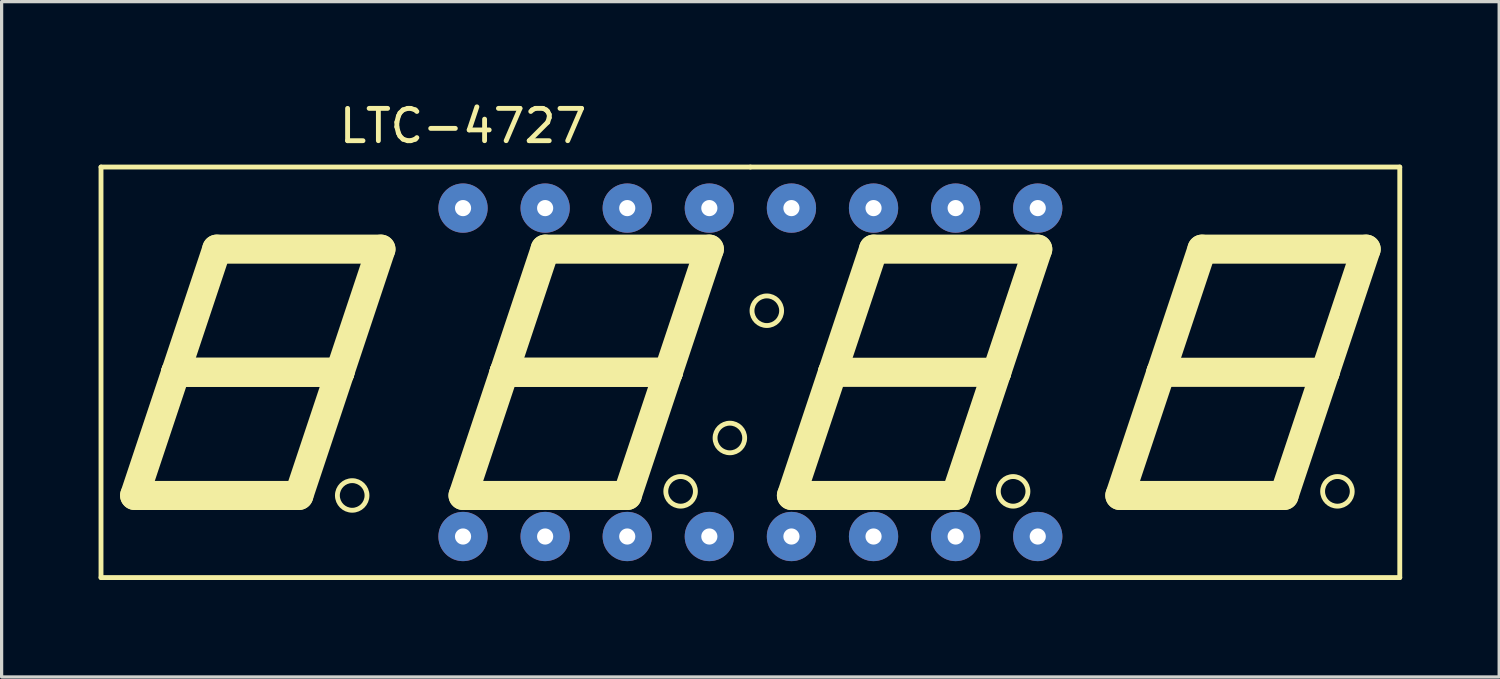
<source format=kicad_pcb>
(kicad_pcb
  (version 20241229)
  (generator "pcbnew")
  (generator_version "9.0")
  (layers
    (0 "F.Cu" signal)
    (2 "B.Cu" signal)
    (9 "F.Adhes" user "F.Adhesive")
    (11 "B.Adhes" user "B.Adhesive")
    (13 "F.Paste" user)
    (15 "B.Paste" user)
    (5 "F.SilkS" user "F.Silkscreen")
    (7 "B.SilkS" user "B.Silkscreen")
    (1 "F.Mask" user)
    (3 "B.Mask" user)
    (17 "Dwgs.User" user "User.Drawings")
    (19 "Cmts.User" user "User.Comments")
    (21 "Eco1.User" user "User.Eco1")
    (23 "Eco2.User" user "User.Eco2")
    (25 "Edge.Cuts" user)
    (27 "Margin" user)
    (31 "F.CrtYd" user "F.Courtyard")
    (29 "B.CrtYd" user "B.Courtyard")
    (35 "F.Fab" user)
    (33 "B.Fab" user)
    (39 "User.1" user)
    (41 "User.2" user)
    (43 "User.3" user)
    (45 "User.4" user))
  (footprint "LTC-4727"
    (layer "F.Cu")
    (at 20.165 8.468)
    (property "Reference" "LTC-4727" (at -8.89 -7.62 0) (layer "F.SilkS") (effects (font (size 1 1) (thickness 0.15))))
    (attr through_hole)
    (fp_line (start -20.09 -6.35) (end -20.09 6.35) (stroke (width 0.15) (type solid)) (layer "F.SilkS"))
    (fp_line (start -20.09 6.35) (end 20.09 6.35) (stroke (width 0.15) (type solid)) (layer "F.SilkS"))
    (fp_line (start -19.05 3.81) (end -17.78 0) (stroke (width 0.9) (type solid)) (layer "F.SilkS"))
    (fp_line (start -17.78 0) (end -16.51 -3.81) (stroke (width 0.9) (type solid)) (layer "F.SilkS"))
    (fp_line (start -17.78 0) (end -12.7 0) (stroke (width 0.9) (type solid)) (layer "F.SilkS"))
    (fp_line (start -16.51 -3.81) (end -11.43 -3.81) (stroke (width 0.9) (type solid)) (layer "F.SilkS"))
    (fp_line (start -13.97 3.81) (end -19.05 3.81) (stroke (width 0.9) (type solid)) (layer "F.SilkS"))
    (fp_line (start -12.7 0) (end -17.78 0) (stroke (width 0.9) (type solid)) (layer "F.SilkS"))
    (fp_line (start -12.7 0) (end -13.97 3.81) (stroke (width 0.9) (type solid)) (layer "F.SilkS"))
    (fp_line (start -11.43 -3.81) (end -12.7 0) (stroke (width 0.9) (type solid)) (layer "F.SilkS"))
    (fp_line (start -8.89 3.81) (end -3.81 3.81) (stroke (width 0.9) (type solid)) (layer "F.SilkS"))
    (fp_line (start -7.62 0) (end -8.89 3.81) (stroke (width 0.9) (type solid)) (layer "F.SilkS"))
    (fp_line (start -7.62 0) (end -2.54 0) (stroke (width 0.9) (type solid)) (layer "F.SilkS"))
    (fp_line (start -6.35 -3.81) (end -7.62 0) (stroke (width 0.9) (type solid)) (layer "F.SilkS"))
    (fp_line (start -6.35 -3.81) (end -1.27 -3.81) (stroke (width 0.9) (type solid)) (layer "F.SilkS"))
    (fp_line (start -3.81 3.81) (end -2.54 0) (stroke (width 0.9) (type solid)) (layer "F.SilkS"))
    (fp_line (start -2.54 0) (end -7.62 0) (stroke (width 0.9) (type solid)) (layer "F.SilkS"))
    (fp_line (start -2.54 0) (end -1.27 -3.81) (stroke (width 0.9) (type solid)) (layer "F.SilkS"))
    (fp_line (start 0 -6.35) (end -20.09 -6.35) (stroke (width 0.15) (type solid)) (layer "F.SilkS"))
    (fp_line (start 1.27 3.81) (end 2.54 0) (stroke (width 0.9) (type solid)) (layer "F.SilkS"))
    (fp_line (start 2.54 0) (end 3.81 -3.81) (stroke (width 0.9) (type solid)) (layer "F.SilkS"))
    (fp_line (start 2.54 0) (end 7.62 0) (stroke (width 0.9) (type solid)) (layer "F.SilkS"))
    (fp_line (start 3.81 -3.81) (end 8.89 -3.81) (stroke (width 0.9) (type solid)) (layer "F.SilkS"))
    (fp_line (start 6.35 3.81) (end 1.27 3.81) (stroke (width 0.9) (type solid)) (layer "F.SilkS"))
    (fp_line (start 7.62 0) (end 6.35 3.81) (stroke (width 0.9) (type solid)) (layer "F.SilkS"))
    (fp_line (start 8.89 -3.81) (end 7.62 0) (stroke (width 0.9) (type solid)) (layer "F.SilkS"))
    (fp_line (start 11.43 3.81) (end 12.7 0) (stroke (width 0.9) (type solid)) (layer "F.SilkS"))
    (fp_line (start 12.7 0) (end 13.97 -3.81) (stroke (width 0.9) (type solid)) (layer "F.SilkS"))
    (fp_line (start 12.7 0) (end 17.78 0) (stroke (width 0.9) (type solid)) (layer "F.SilkS"))
    (fp_line (start 13.97 -3.81) (end 19.05 -3.81) (stroke (width 0.9) (type solid)) (layer "F.SilkS"))
    (fp_line (start 16.51 3.81) (end 11.43 3.81) (stroke (width 0.9) (type solid)) (layer "F.SilkS"))
    (fp_line (start 17.78 0) (end 16.51 3.81) (stroke (width 0.9) (type solid)) (layer "F.SilkS"))
    (fp_line (start 19.05 -3.81) (end 17.78 0) (stroke (width 0.9) (type solid)) (layer "F.SilkS"))
    (fp_line (start 20.09 -6.35) (end 0 -6.35) (stroke (width 0.15) (type solid)) (layer "F.SilkS"))
    (fp_line (start 20.09 6.35) (end 20.09 -6.35) (stroke (width 0.15) (type solid)) (layer "F.SilkS"))
    (fp_circle (center -12.319 3.81) (end -12.065 4.191) (stroke (width 0.15) (type solid)) (fill no) (layer "F.SilkS"))
    (fp_circle (center -2.159 3.683) (end -1.905 4.064) (stroke (width 0.15) (type solid)) (fill no) (layer "F.SilkS"))
    (fp_circle (center -0.635 2.032) (end -0.254 2.286) (stroke (width 0.15) (type solid)) (fill no) (layer "F.SilkS"))
    (fp_circle (center 0.508 -1.905) (end 0.889 -1.651) (stroke (width 0.15) (type solid)) (fill no) (layer "F.SilkS"))
    (fp_circle (center 8.128 3.683) (end 8.382 4.064) (stroke (width 0.15) (type solid)) (fill no) (layer "F.SilkS"))
    (fp_circle (center 18.161 3.683) (end 18.415 4.064) (stroke (width 0.15) (type solid)) (fill no) (layer "F.SilkS"))
    (pad "1" thru_hole circle (at -8.89 5.08) (size 1.524 1.524) (drill 0.5) (layers "*.Cu" "*.Mask"))
    (pad "2" thru_hole circle (at -6.35 5.08) (size 1.524 1.524) (drill 0.5) (layers "*.Cu" "*.Mask"))
    (pad "3" thru_hole circle (at -3.81 5.08) (size 1.524 1.524) (drill 0.5) (layers "*.Cu" "*.Mask"))
    (pad "4" thru_hole circle (at -1.27 5.08) (size 1.524 1.524) (drill 0.5) (layers "*.Cu" "*.Mask"))
    (pad "5" thru_hole circle (at 1.27 5.08) (size 1.524 1.524) (drill 0.5) (layers "*.Cu" "*.Mask"))
    (pad "6" thru_hole circle (at 3.81 5.08) (size 1.524 1.524) (drill 0.5) (layers "*.Cu" "*.Mask"))
    (pad "7" thru_hole circle (at 6.35 5.08) (size 1.524 1.524) (drill 0.5) (layers "*.Cu" "*.Mask"))
    (pad "8" thru_hole circle (at 8.89 5.08) (size 1.524 1.524) (drill 0.5) (layers "*.Cu" "*.Mask"))
    (pad "9" thru_hole circle (at 8.89 -5.08) (size 1.524 1.524) (drill 0.5) (layers "*.Cu" "*.Mask"))
    (pad "10" thru_hole circle (at 6.35 -5.08) (size 1.524 1.524) (drill 0.5) (layers "*.Cu" "*.Mask"))
    (pad "11" thru_hole circle (at 3.81 -5.08) (size 1.524 1.524) (drill 0.5) (layers "*.Cu" "*.Mask"))
    (pad "12" thru_hole circle (at 1.27 -5.08) (size 1.524 1.524) (drill 0.5) (layers "*.Cu" "*.Mask"))
    (pad "13" thru_hole circle (at -1.27 -5.08) (size 1.524 1.524) (drill 0.5) (layers "*.Cu" "*.Mask"))
    (pad "14" thru_hole circle (at -3.81 -5.08) (size 1.524 1.524) (drill 0.5) (layers "*.Cu" "*.Mask"))
    (pad "15" thru_hole circle (at -6.35 -5.08) (size 1.524 1.524) (drill 0.5) (layers "*.Cu" "*.Mask"))
    (pad "16" thru_hole circle (at -8.89 -5.08) (size 1.524 1.524) (drill 0.5) (layers "*.Cu" "*.Mask")))
  (gr_rect
    (start -3 -3)
    (end 43.33 17.893)
    (stroke (width 0.1) (type default))
    (fill no)
    (layer "Edge.Cuts")))
</source>
